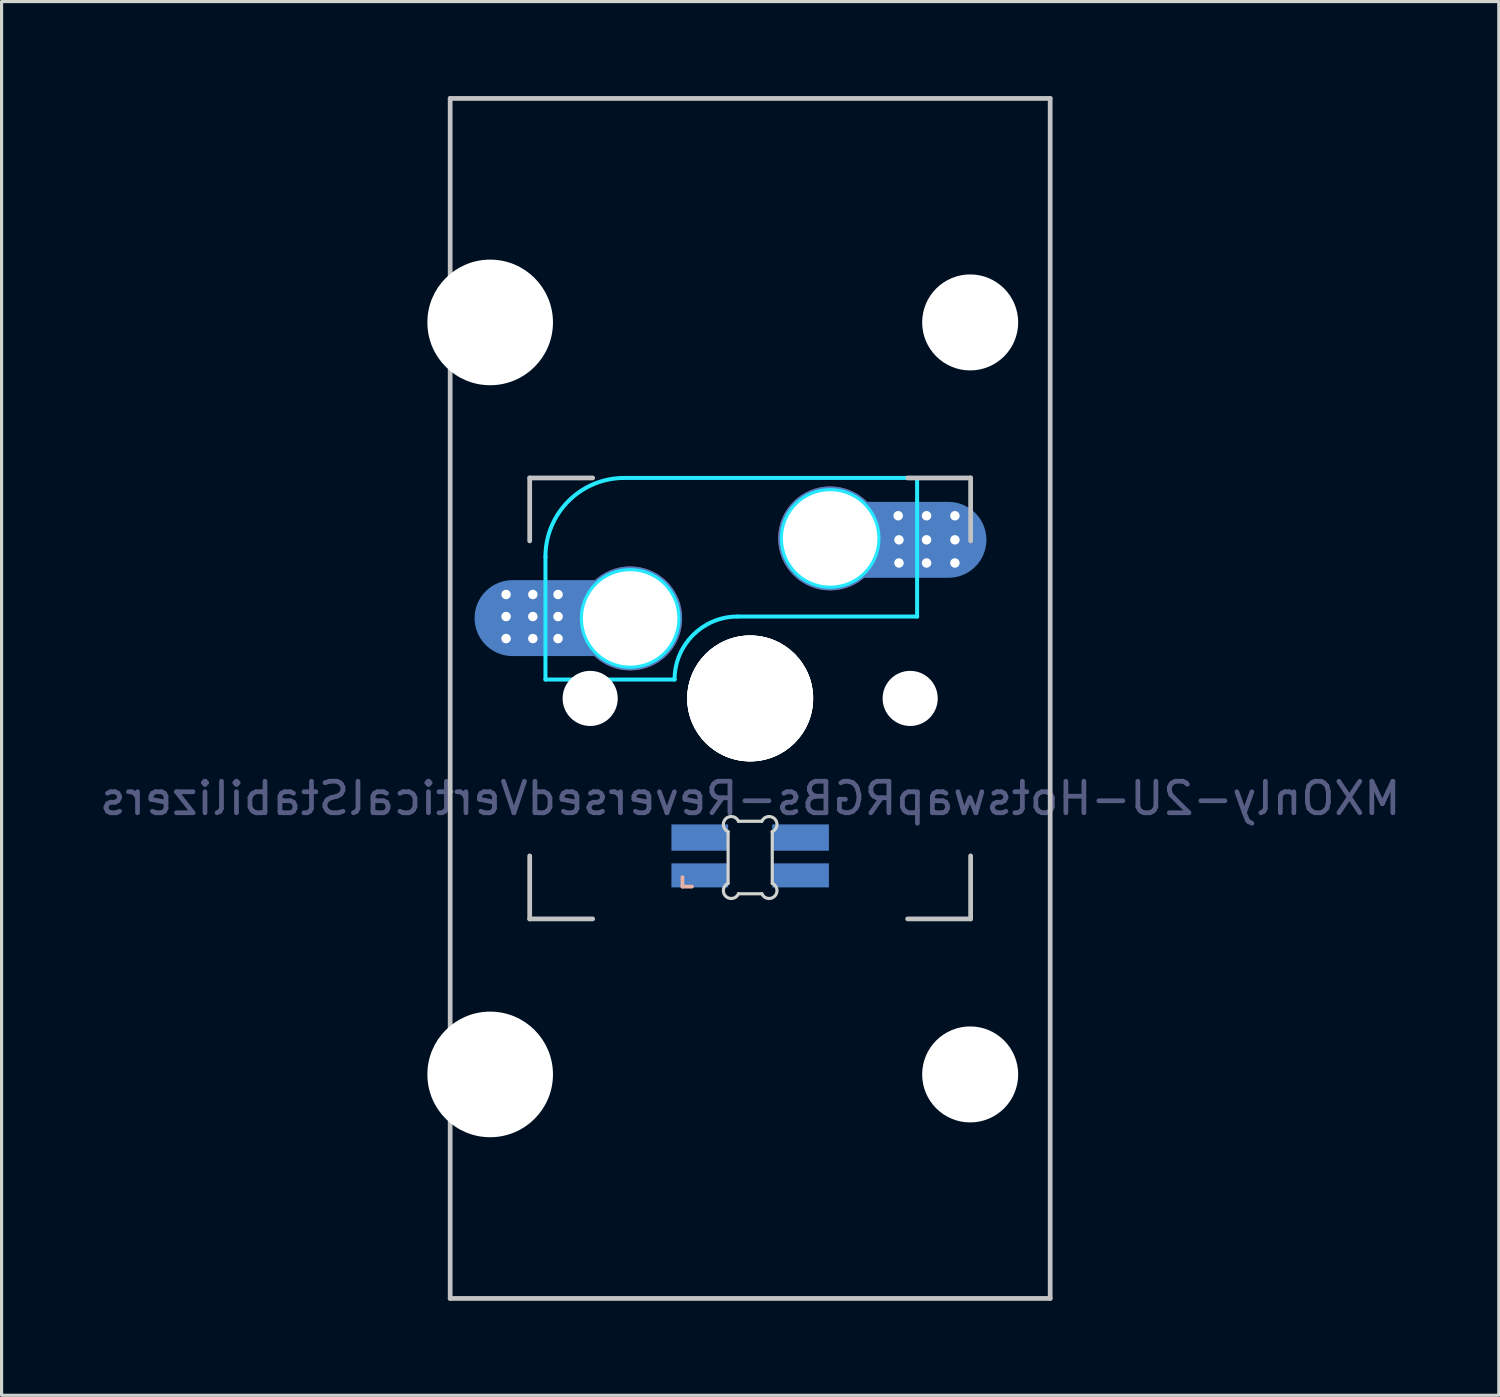
<source format=kicad_pcb>
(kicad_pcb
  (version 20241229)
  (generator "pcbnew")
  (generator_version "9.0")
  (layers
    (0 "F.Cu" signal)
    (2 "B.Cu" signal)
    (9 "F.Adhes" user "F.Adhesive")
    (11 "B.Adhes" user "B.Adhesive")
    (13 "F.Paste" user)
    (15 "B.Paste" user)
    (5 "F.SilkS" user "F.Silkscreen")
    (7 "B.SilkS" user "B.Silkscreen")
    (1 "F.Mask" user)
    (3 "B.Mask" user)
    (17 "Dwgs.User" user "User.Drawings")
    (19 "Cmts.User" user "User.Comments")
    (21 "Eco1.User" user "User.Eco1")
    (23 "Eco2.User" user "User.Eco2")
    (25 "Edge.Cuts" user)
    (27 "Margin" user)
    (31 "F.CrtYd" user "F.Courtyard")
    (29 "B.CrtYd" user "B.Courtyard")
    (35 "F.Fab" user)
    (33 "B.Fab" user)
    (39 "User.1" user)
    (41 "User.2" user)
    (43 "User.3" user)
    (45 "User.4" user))
  (footprint "MXOnly-2U-HotswapRGBs-ReversedVerticalStabilizers"
    (layer "F.Cu")
    (at 20.768 19.125)
    (property "Reference" "MXOnly-2U-HotswapRGBs-ReversedVerticalStabilizers" (at 0 3.175 0) (layer "B.Fab") (effects (font (size 1 1) (thickness 0.15)) (justify mirror)))
    (attr through_hole)
    (fp_line (start -2.15 5.675) (end -2.15 5.975) (stroke (width 0.12) (type solid)) (layer "B.SilkS"))
    (fp_line (start -2.15 5.975) (end -1.85 5.975) (stroke (width 0.12) (type solid)) (layer "B.SilkS"))
    (fp_line (start -9.525 -19.05) (end 9.525 -19.05) (stroke (width 0.15) (type solid)) (layer "Dwgs.User"))
    (fp_line (start -9.525 19.05) (end -9.525 -19.05) (stroke (width 0.15) (type solid)) (layer "Dwgs.User"))
    (fp_line (start -7 -7) (end -7 -5) (stroke (width 0.15) (type solid)) (layer "Dwgs.User"))
    (fp_line (start -7 5) (end -7 7) (stroke (width 0.15) (type solid)) (layer "Dwgs.User"))
    (fp_line (start -7 7) (end -5 7) (stroke (width 0.15) (type solid)) (layer "Dwgs.User"))
    (fp_line (start -5 -7) (end -7 -7) (stroke (width 0.15) (type solid)) (layer "Dwgs.User"))
    (fp_line (start 5 -7) (end 7 -7) (stroke (width 0.15) (type solid)) (layer "Dwgs.User"))
    (fp_line (start 5 7) (end 7 7) (stroke (width 0.15) (type solid)) (layer "Dwgs.User"))
    (fp_line (start 7 -5) (end 7 -7) (stroke (width 0.15) (type solid)) (layer "Dwgs.User"))
    (fp_line (start 7 7) (end 7 5) (stroke (width 0.15) (type solid)) (layer "Dwgs.User"))
    (fp_line (start 9.525 19.05) (end -9.525 19.05) (stroke (width 0.15) (type solid)) (layer "Dwgs.User"))
    (fp_line (start 9.525 19.05) (end 9.525 -19.05) (stroke (width 0.15) (type solid)) (layer "Dwgs.User"))
    (fp_line (start -0.701 5.873) (end -0.701 4.229) (stroke (width 0.1) (type solid)) (layer "Edge.Cuts"))
    (fp_line (start -0.372 3.9) (end 0.372 3.9) (stroke (width 0.1) (type solid)) (layer "Edge.Cuts"))
    (fp_line (start 0.372 6.202) (end -0.372 6.202) (stroke (width 0.1) (type solid)) (layer "Edge.Cuts"))
    (fp_line (start 0.701 4.229) (end 0.701 5.873) (stroke (width 0.1) (type solid)) (layer "Edge.Cuts"))
    (fp_arc (start -0.701007 4.229129) (mid -0.777791 3.823216) (end -0.371878 3.9) (stroke (width 0.1) (type solid)) (layer "Edge.Cuts"))
    (fp_arc (start -0.371878 6.202013) (mid -0.777748 6.278754) (end -0.701007 5.872884) (stroke (width 0.1) (type solid)) (layer "Edge.Cuts"))
    (fp_arc (start 0.371877 3.9) (mid 0.777804 3.823208) (end 0.701006 4.229129) (stroke (width 0.1) (type solid)) (layer "Edge.Cuts"))
    (fp_arc (start 0.701006 5.872884) (mid 0.777758 6.278765) (end 0.371877 6.202013) (stroke (width 0.1) (type solid)) (layer "Edge.Cuts"))
    (fp_line (start -6.5 -4.5) (end -6.5 -0.6) (stroke (width 0.127) (type solid)) (layer "B.CrtYd"))
    (fp_line (start -6.5 -0.6) (end -2.4 -0.6) (stroke (width 0.127) (type solid)) (layer "B.CrtYd"))
    (fp_line (start -0.4 -2.6) (end 5.3 -2.6) (stroke (width 0.127) (type solid)) (layer "B.CrtYd"))
    (fp_line (start 5.3 -7) (end -4 -7) (stroke (width 0.127) (type solid)) (layer "B.CrtYd"))
    (fp_line (start 5.3 -7) (end 5.3 -2.6) (stroke (width 0.127) (type solid)) (layer "B.CrtYd"))
    (fp_arc (start -6.5 -4.5) (mid -5.767767 -6.267767) (end -4 -7) (stroke (width 0.127) (type solid)) (layer "B.CrtYd"))
    (fp_arc (start -2.4 -0.6) (mid -1.814214 -2.014214) (end -0.4 -2.6) (stroke (width 0.127) (type solid)) (layer "B.CrtYd"))
    (fp_circle (center -3.81 -2.54) (end -2.286 -2.54) (stroke (width 0.15) (type solid)) (fill no) (layer "B.CrtYd"))
    (fp_circle (center 2.54 -5.08) (end 2.54 -6.604) (stroke (width 0.15) (type solid)) (fill no) (layer "B.CrtYd"))
    (pad "" np_thru_hole circle (at -8.255 -11.938 90) (size 3.988 3.988) (drill 3.988) (layers "*.Cu" "*.Mask"))
    (pad "" np_thru_hole circle (at -8.255 11.938 90) (size 3.988 3.988) (drill 3.988) (layers "*.Cu" "*.Mask"))
    (pad "" np_thru_hole circle (at -5.08 0 48.1) (size 1.75 1.75) (drill 1.75) (layers "*.Cu" "*.Mask"))
    (pad "" np_thru_hole circle (at 0 0) (size 3.988 3.988) (drill 3.988) (layers "*.Cu" "*.Mask"))
    (pad "" np_thru_hole circle (at 0 0) (size 3.988 3.988) (drill 3.988) (layers "*.Cu" "*.Mask"))
    (pad "" np_thru_hole circle (at 0 0) (size 4 4) (drill 4) (layers "*.Cu" "*.Mask"))
    (pad "" np_thru_hole circle (at 0 0) (size 4 4) (drill 4) (layers "*.Cu" "*.Mask"))
    (pad "" np_thru_hole circle (at 5.08 0 48.1) (size 1.75 1.75) (drill 1.75) (layers "*.Cu" "*.Mask"))
    (pad "" np_thru_hole circle (at 6.985 -11.938 180) (size 3.048 3.048) (drill 3.048) (layers "*.Cu" "*.Mask"))
    (pad "" np_thru_hole circle (at 6.985 11.938 90) (size 3.048 3.048) (drill 3.048) (layers "*.Cu" "*.Mask"))
    (pad "1" thru_hole circle (at 2.54 -5.08) (size 3.3 3.3) (drill 3) (layers "*.Cu" "B.Mask"))
    (pad "1" thru_hole circle (at 4.7 -5.8) (size 0.4 0.4) (drill 0.3) (layers "*.Cu" "B.Mask"))
    (pad "1" thru_hole circle (at 4.725 -5.035) (size 0.4 0.4) (drill 0.3) (layers "*.Cu" "B.Mask"))
    (pad "1" thru_hole circle (at 4.725 -4.3) (size 0.4 0.4) (drill 0.3) (layers "*.Cu" "B.Mask"))
    (pad "1" smd oval (at 4.75 -5.035) (size 5.5 2.41) (layers "B.Cu" "B.Mask" "B.Paste"))
    (pad "1" thru_hole circle (at 5.6 -5.8) (size 0.4 0.4) (drill 0.3) (layers "*.Cu" "B.Mask"))
    (pad "1" thru_hole circle (at 5.6 -5.035) (size 0.4 0.4) (drill 0.3) (layers "*.Cu" "B.Mask"))
    (pad "1" thru_hole circle (at 5.6 -4.3) (size 0.4 0.4) (drill 0.3) (layers "*.Cu" "B.Mask"))
    (pad "1" thru_hole circle (at 6.5 -5.8) (size 0.4 0.4) (drill 0.3) (layers "*.Cu" "B.Mask"))
    (pad "1" thru_hole circle (at 6.5 -5.035) (size 0.4 0.4) (drill 0.3) (layers "*.Cu" "B.Mask"))
    (pad "1" thru_hole circle (at 6.5 -4.3) (size 0.4 0.4) (drill 0.3) (layers "*.Cu" "B.Mask"))
    (pad "2" thru_hole circle (at -7.75 -3.3) (size 0.4 0.4) (drill 0.3) (layers "*.Cu" "B.Mask"))
    (pad "2" thru_hole circle (at -7.75 -2.6) (size 0.4 0.4) (drill 0.3) (layers "*.Cu" "B.Mask"))
    (pad "2" thru_hole circle (at -7.75 -1.9) (size 0.4 0.4) (drill 0.3) (layers "*.Cu" "B.Mask"))
    (pad "2" thru_hole circle (at -6.9 -3.3) (size 0.4 0.4) (drill 0.3) (layers "*.Cu" "B.Mask"))
    (pad "2" thru_hole circle (at -6.9 -2.6) (size 0.4 0.4) (drill 0.3) (layers "*.Cu" "B.Mask"))
    (pad "2" thru_hole circle (at -6.9 -1.9) (size 0.4 0.4) (drill 0.3) (layers "*.Cu" "B.Mask"))
    (pad "2" thru_hole circle (at -6.1 -3.3) (size 0.4 0.4) (drill 0.3) (layers "*.Cu" "B.Mask"))
    (pad "2" thru_hole circle (at -6.1 -2.6) (size 0.4 0.4) (drill 0.3) (layers "*.Cu" "B.Mask"))
    (pad "2" thru_hole circle (at -6.1 -1.9) (size 0.4 0.4) (drill 0.3) (layers "*.Cu" "B.Mask"))
    (pad "2" smd oval (at -6 -2.55) (size 5.5 2.41) (layers "B.Cu" "B.Mask" "B.Paste"))
    (pad "2" thru_hole circle (at -3.81 -2.54) (size 3.3 3.3) (drill 3) (layers "*.Cu" "B.Mask"))
    (pad "3" smd rect (at 1.6 4.418) (size 1.8 0.836) (layers "B.Cu" "B.Mask" "B.Paste"))
    (pad "4" smd rect (at -1.6 4.418) (size 1.8 0.836) (layers "B.Cu" "B.Mask" "B.Paste"))
    (pad "5" smd rect (at 1.6 5.618) (size 1.8 0.764) (layers "B.Cu" "B.Mask" "B.Paste"))
    (pad "6" smd rect (at -1.6 5.618) (size 1.8 0.764) (layers "B.Cu" "B.Mask" "B.Paste")))
  (gr_rect
    (start -3 -3)
    (end 44.536 41.25)
    (stroke (width 0.1) (type default))
    (fill no)
    (layer "Edge.Cuts")))
</source>
